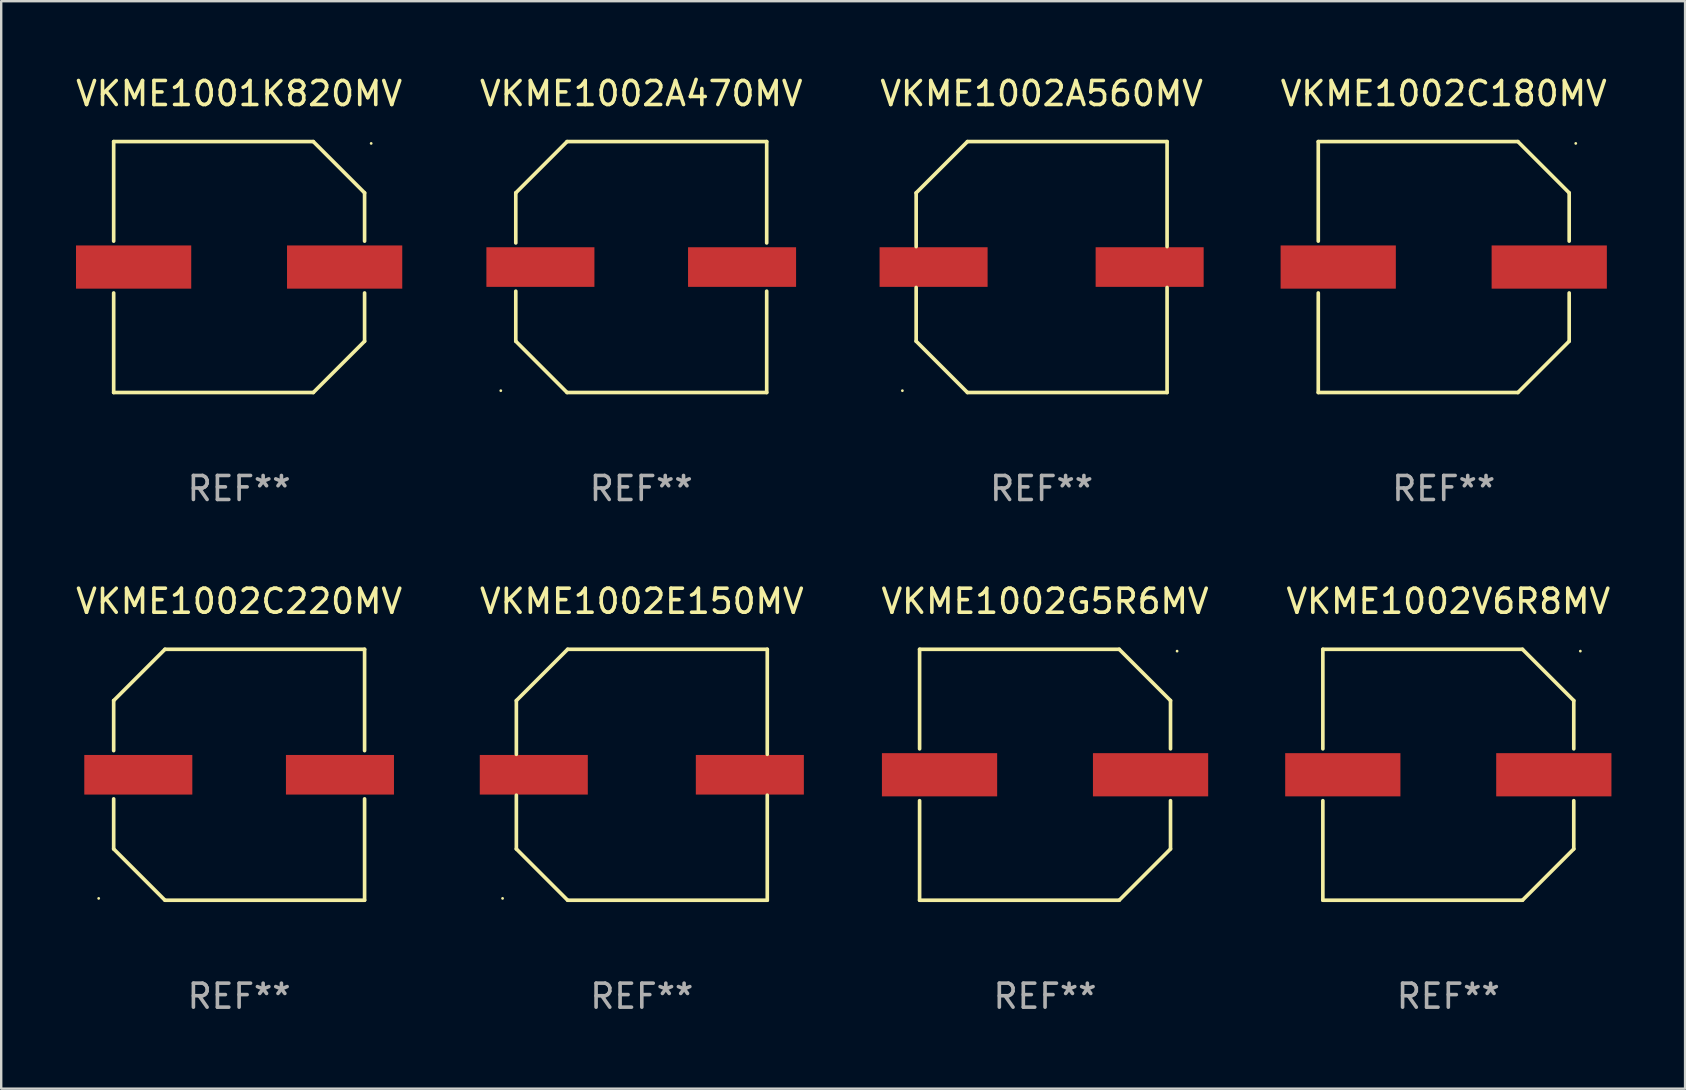
<source format=kicad_pcb>
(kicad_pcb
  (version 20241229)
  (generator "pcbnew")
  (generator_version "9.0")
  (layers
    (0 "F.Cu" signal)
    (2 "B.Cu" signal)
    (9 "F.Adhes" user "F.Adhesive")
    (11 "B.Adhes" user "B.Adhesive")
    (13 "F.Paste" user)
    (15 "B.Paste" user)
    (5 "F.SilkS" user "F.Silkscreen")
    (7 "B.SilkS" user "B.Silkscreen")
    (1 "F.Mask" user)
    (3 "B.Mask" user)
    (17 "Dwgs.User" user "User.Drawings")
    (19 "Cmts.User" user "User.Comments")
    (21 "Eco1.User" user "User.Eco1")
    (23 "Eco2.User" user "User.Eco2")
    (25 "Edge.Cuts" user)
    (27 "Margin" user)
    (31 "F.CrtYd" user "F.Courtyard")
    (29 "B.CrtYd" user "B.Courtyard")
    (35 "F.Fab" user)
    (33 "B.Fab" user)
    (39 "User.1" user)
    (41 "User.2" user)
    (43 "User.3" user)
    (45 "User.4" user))
  (footprint "VKME1002C180MV"
    (layer "F.Cu")
    (at 57.089 8.074)
    (property "Reference" "VKME1002C180MV" (at 0 -7.226 0) (layer "F.SilkS") (effects (font (size 1 1) (thickness 0.15))))
    (attr through_hole)
    (fp_line (start -5.226 -5.226) (end -5.226 -1.08) (stroke (width 0.152) (type solid)) (layer "F.SilkS"))
    (fp_line (start -5.226 -5.226) (end 3.09 -5.226) (stroke (width 0.152) (type solid)) (layer "F.SilkS"))
    (fp_line (start -5.226 1.08) (end -5.226 5.226) (stroke (width 0.152) (type solid)) (layer "F.SilkS"))
    (fp_line (start -5.226 5.226) (end 3.09 5.226) (stroke (width 0.152) (type solid)) (layer "F.SilkS"))
    (fp_line (start 3.09 -5.226) (end 5.226 -3.09) (stroke (width 0.152) (type solid)) (layer "F.SilkS"))
    (fp_line (start 3.09 5.226) (end 5.226 3.09) (stroke (width 0.152) (type solid)) (layer "F.SilkS"))
    (fp_line (start 5.226 -1.08) (end 5.226 -3.09) (stroke (width 0.152) (type solid)) (layer "F.SilkS"))
    (fp_line (start 5.226 3.09) (end 5.226 1.08) (stroke (width 0.152) (type solid)) (layer "F.SilkS"))
    (fp_circle (center 5.5 -5.15) (end 5.53 -5.15) (stroke (width 0.06) (type solid)) (fill no) (layer "F.SilkS"))
    (fp_text user "REF**" (at 0 9.226 0) (layer "F.Fab") (effects (font (size 1 1) (thickness 0.15))))
    (pad "1" smd rect (at 4.395 0 180) (size 4.8 1.8) (layers "F.Cu" "F.Mask" "F.Paste"))
    (pad "2" smd rect (at -4.395 0 180) (size 4.8 1.8) (layers "F.Cu" "F.Mask" "F.Paste")))
  (footprint "VKME1002V6R8MV"
    (layer "F.Cu")
    (at 57.28 29.223)
    (property "Reference" "VKME1002V6R8MV" (at 0 -7.226 0) (layer "F.SilkS") (effects (font (size 1 1) (thickness 0.15))))
    (attr through_hole)
    (fp_line (start -5.226 -5.226) (end -5.226 -1.08) (stroke (width 0.152) (type solid)) (layer "F.SilkS"))
    (fp_line (start -5.226 -5.226) (end 3.09 -5.226) (stroke (width 0.152) (type solid)) (layer "F.SilkS"))
    (fp_line (start -5.226 1.08) (end -5.226 5.226) (stroke (width 0.152) (type solid)) (layer "F.SilkS"))
    (fp_line (start -5.226 5.226) (end 3.09 5.226) (stroke (width 0.152) (type solid)) (layer "F.SilkS"))
    (fp_line (start 3.09 -5.226) (end 5.226 -3.09) (stroke (width 0.152) (type solid)) (layer "F.SilkS"))
    (fp_line (start 3.09 5.226) (end 5.226 3.09) (stroke (width 0.152) (type solid)) (layer "F.SilkS"))
    (fp_line (start 5.226 -1.08) (end 5.226 -3.09) (stroke (width 0.152) (type solid)) (layer "F.SilkS"))
    (fp_line (start 5.226 3.09) (end 5.226 1.08) (stroke (width 0.152) (type solid)) (layer "F.SilkS"))
    (fp_circle (center 5.5 -5.15) (end 5.53 -5.15) (stroke (width 0.06) (type solid)) (fill no) (layer "F.SilkS"))
    (fp_text user "REF**" (at 0 9.226 0) (layer "F.Fab") (effects (font (size 1 1) (thickness 0.15))))
    (pad "1" smd rect (at 4.395 0 180) (size 4.8 1.8) (layers "F.Cu" "F.Mask" "F.Paste"))
    (pad "2" smd rect (at -4.395 0 180) (size 4.8 1.8) (layers "F.Cu" "F.Mask" "F.Paste")))
  (footprint "VKME1002C220MV"
    (layer "F.Cu")
    (at 6.911 29.223)
    (property "Reference" "VKME1002C220MV" (at 0 -7.226 0) (layer "F.SilkS") (effects (font (size 1 1) (thickness 0.15))))
    (attr through_hole)
    (fp_line (start -5.226 -3.09) (end -5.226 -1.005) (stroke (width 0.152) (type solid)) (layer "F.SilkS"))
    (fp_line (start -5.226 1.005) (end -5.226 3.09) (stroke (width 0.152) (type solid)) (layer "F.SilkS"))
    (fp_line (start -3.09 -5.226) (end -5.226 -3.09) (stroke (width 0.152) (type solid)) (layer "F.SilkS"))
    (fp_line (start -3.09 5.226) (end -5.226 3.09) (stroke (width 0.152) (type solid)) (layer "F.SilkS"))
    (fp_line (start 5.226 -5.226) (end -3.09 -5.226) (stroke (width 0.152) (type solid)) (layer "F.SilkS"))
    (fp_line (start 5.226 -5.226) (end 5.226 -1.005) (stroke (width 0.152) (type solid)) (layer "F.SilkS"))
    (fp_line (start 5.226 1.005) (end 5.226 5.226) (stroke (width 0.152) (type solid)) (layer "F.SilkS"))
    (fp_line (start 5.226 5.226) (end -3.09 5.226) (stroke (width 0.152) (type solid)) (layer "F.SilkS"))
    (fp_circle (center -5.85 5.15) (end -5.82 5.15) (stroke (width 0.06) (type solid)) (fill no) (layer "F.SilkS"))
    (fp_text user "REF**" (at 0 9.226 0) (layer "F.Fab") (effects (font (size 1 1) (thickness 0.15))))
    (pad "1" smd rect (at -4.2 0.000292) (size 4.5 1.65) (layers "F.Cu" "F.Mask" "F.Paste"))
    (pad "2" smd rect (at 4.2 0.000292) (size 4.5 1.65) (layers "F.Cu" "F.Mask" "F.Paste")))
  (footprint "VKME1002E150MV"
    (layer "F.Cu")
    (at 23.685 29.223)
    (property "Reference" "VKME1002E150MV" (at 0 -7.226 0) (layer "F.SilkS") (effects (font (size 1 1) (thickness 0.15))))
    (attr through_hole)
    (fp_line (start -5.226 -3.09) (end -5.226 -0.852) (stroke (width 0.152) (type solid)) (layer "F.SilkS"))
    (fp_line (start -5.226 3.09) (end -5.226 0.852) (stroke (width 0.152) (type solid)) (layer "F.SilkS"))
    (fp_line (start -3.09 -5.226) (end -5.226 -3.09) (stroke (width 0.152) (type solid)) (layer "F.SilkS"))
    (fp_line (start -3.09 5.226) (end -5.226 3.09) (stroke (width 0.152) (type solid)) (layer "F.SilkS"))
    (fp_line (start 5.226 -5.226) (end -3.09 -5.226) (stroke (width 0.152) (type solid)) (layer "F.SilkS"))
    (fp_line (start 5.226 -0.852) (end 5.226 -5.226) (stroke (width 0.152) (type solid)) (layer "F.SilkS"))
    (fp_line (start 5.226 0.852) (end 5.226 5.226) (stroke (width 0.152) (type solid)) (layer "F.SilkS"))
    (fp_line (start 5.226 5.226) (end -3.09 5.226) (stroke (width 0.152) (type solid)) (layer "F.SilkS"))
    (fp_circle (center -5.8 5.15) (end -5.77 5.15) (stroke (width 0.06) (type solid)) (fill no) (layer "F.SilkS"))
    (fp_text user "REF**" (at 0 9.226 0) (layer "F.Fab") (effects (font (size 1 1) (thickness 0.15))))
    (pad "1" smd rect (at -4.5 0) (size 4.5 1.65) (layers "F.Cu" "F.Mask" "F.Paste"))
    (pad "2" smd rect (at 4.5 0) (size 4.5 1.65) (layers "F.Cu" "F.Mask" "F.Paste")))
  (footprint "VKME1002A560MV"
    (layer "F.Cu")
    (at 40.339 8.074)
    (property "Reference" "VKME1002A560MV" (at 0 -7.226 0) (layer "F.SilkS") (effects (font (size 1 1) (thickness 0.15))))
    (attr through_hole)
    (fp_line (start -5.226 -3.09) (end -5.226 -0.852) (stroke (width 0.152) (type solid)) (layer "F.SilkS"))
    (fp_line (start -5.226 3.09) (end -5.226 0.852) (stroke (width 0.152) (type solid)) (layer "F.SilkS"))
    (fp_line (start -3.09 -5.226) (end -5.226 -3.09) (stroke (width 0.152) (type solid)) (layer "F.SilkS"))
    (fp_line (start -3.09 5.226) (end -5.226 3.09) (stroke (width 0.152) (type solid)) (layer "F.SilkS"))
    (fp_line (start 5.226 -5.226) (end -3.09 -5.226) (stroke (width 0.152) (type solid)) (layer "F.SilkS"))
    (fp_line (start 5.226 -0.852) (end 5.226 -5.226) (stroke (width 0.152) (type solid)) (layer "F.SilkS"))
    (fp_line (start 5.226 0.852) (end 5.226 5.226) (stroke (width 0.152) (type solid)) (layer "F.SilkS"))
    (fp_line (start 5.226 5.226) (end -3.09 5.226) (stroke (width 0.152) (type solid)) (layer "F.SilkS"))
    (fp_circle (center -5.8 5.15) (end -5.77 5.15) (stroke (width 0.06) (type solid)) (fill no) (layer "F.SilkS"))
    (fp_text user "REF**" (at 0 9.226 0) (layer "F.Fab") (effects (font (size 1 1) (thickness 0.15))))
    (pad "1" smd rect (at -4.5 0) (size 4.5 1.65) (layers "F.Cu" "F.Mask" "F.Paste"))
    (pad "2" smd rect (at 4.5 0) (size 4.5 1.65) (layers "F.Cu" "F.Mask" "F.Paste")))
  (footprint "VKME1002G5R6MV"
    (layer "F.Cu")
    (at 40.482 29.223)
    (property "Reference" "VKME1002G5R6MV" (at 0 -7.226 0) (layer "F.SilkS") (effects (font (size 1 1) (thickness 0.15))))
    (attr through_hole)
    (fp_line (start -5.226 -5.226) (end -5.226 -1.08) (stroke (width 0.152) (type solid)) (layer "F.SilkS"))
    (fp_line (start -5.226 -5.226) (end 3.09 -5.226) (stroke (width 0.152) (type solid)) (layer "F.SilkS"))
    (fp_line (start -5.226 1.08) (end -5.226 5.226) (stroke (width 0.152) (type solid)) (layer "F.SilkS"))
    (fp_line (start -5.226 5.226) (end 3.09 5.226) (stroke (width 0.152) (type solid)) (layer "F.SilkS"))
    (fp_line (start 3.09 -5.226) (end 5.226 -3.09) (stroke (width 0.152) (type solid)) (layer "F.SilkS"))
    (fp_line (start 3.09 5.226) (end 5.226 3.09) (stroke (width 0.152) (type solid)) (layer "F.SilkS"))
    (fp_line (start 5.226 -1.08) (end 5.226 -3.09) (stroke (width 0.152) (type solid)) (layer "F.SilkS"))
    (fp_line (start 5.226 3.09) (end 5.226 1.08) (stroke (width 0.152) (type solid)) (layer "F.SilkS"))
    (fp_circle (center 5.5 -5.15) (end 5.53 -5.15) (stroke (width 0.06) (type solid)) (fill no) (layer "F.SilkS"))
    (fp_text user "REF**" (at 0 9.226 0) (layer "F.Fab") (effects (font (size 1 1) (thickness 0.15))))
    (pad "1" smd rect (at 4.395 0 180) (size 4.8 1.8) (layers "F.Cu" "F.Mask" "F.Paste"))
    (pad "2" smd rect (at -4.395 0 180) (size 4.8 1.8) (layers "F.Cu" "F.Mask" "F.Paste")))
  (footprint "VKME1001K820MV"
    (layer "F.Cu")
    (at 6.911 8.074)
    (property "Reference" "VKME1001K820MV" (at 0 -7.226 0) (layer "F.SilkS") (effects (font (size 1 1) (thickness 0.15))))
    (attr through_hole)
    (fp_line (start -5.226 -5.226) (end -5.226 -1.08) (stroke (width 0.152) (type solid)) (layer "F.SilkS"))
    (fp_line (start -5.226 -5.226) (end 3.09 -5.226) (stroke (width 0.152) (type solid)) (layer "F.SilkS"))
    (fp_line (start -5.226 1.08) (end -5.226 5.226) (stroke (width 0.152) (type solid)) (layer "F.SilkS"))
    (fp_line (start -5.226 5.226) (end 3.09 5.226) (stroke (width 0.152) (type solid)) (layer "F.SilkS"))
    (fp_line (start 3.09 -5.226) (end 5.226 -3.09) (stroke (width 0.152) (type solid)) (layer "F.SilkS"))
    (fp_line (start 3.09 5.226) (end 5.226 3.09) (stroke (width 0.152) (type solid)) (layer "F.SilkS"))
    (fp_line (start 5.226 -1.08) (end 5.226 -3.09) (stroke (width 0.152) (type solid)) (layer "F.SilkS"))
    (fp_line (start 5.226 3.09) (end 5.226 1.08) (stroke (width 0.152) (type solid)) (layer "F.SilkS"))
    (fp_circle (center 5.5 -5.15) (end 5.53 -5.15) (stroke (width 0.06) (type solid)) (fill no) (layer "F.SilkS"))
    (fp_text user "REF**" (at 0 9.226 0) (layer "F.Fab") (effects (font (size 1 1) (thickness 0.15))))
    (pad "1" smd rect (at 4.395 0 180) (size 4.8 1.8) (layers "F.Cu" "F.Mask" "F.Paste"))
    (pad "2" smd rect (at -4.395 0 180) (size 4.8 1.8) (layers "F.Cu" "F.Mask" "F.Paste")))
  (footprint "VKME1002A470MV"
    (layer "F.Cu")
    (at 23.661 8.074)
    (property "Reference" "VKME1002A470MV" (at 0 -7.226 0) (layer "F.SilkS") (effects (font (size 1 1) (thickness 0.15))))
    (attr through_hole)
    (fp_line (start -5.226 -3.09) (end -5.226 -1.005) (stroke (width 0.152) (type solid)) (layer "F.SilkS"))
    (fp_line (start -5.226 1.005) (end -5.226 3.09) (stroke (width 0.152) (type solid)) (layer "F.SilkS"))
    (fp_line (start -3.09 -5.226) (end -5.226 -3.09) (stroke (width 0.152) (type solid)) (layer "F.SilkS"))
    (fp_line (start -3.09 5.226) (end -5.226 3.09) (stroke (width 0.152) (type solid)) (layer "F.SilkS"))
    (fp_line (start 5.226 -5.226) (end -3.09 -5.226) (stroke (width 0.152) (type solid)) (layer "F.SilkS"))
    (fp_line (start 5.226 -5.226) (end 5.226 -1.005) (stroke (width 0.152) (type solid)) (layer "F.SilkS"))
    (fp_line (start 5.226 1.005) (end 5.226 5.226) (stroke (width 0.152) (type solid)) (layer "F.SilkS"))
    (fp_line (start 5.226 5.226) (end -3.09 5.226) (stroke (width 0.152) (type solid)) (layer "F.SilkS"))
    (fp_circle (center -5.85 5.15) (end -5.82 5.15) (stroke (width 0.06) (type solid)) (fill no) (layer "F.SilkS"))
    (fp_text user "REF**" (at 0 9.226 0) (layer "F.Fab") (effects (font (size 1 1) (thickness 0.15))))
    (pad "1" smd rect (at -4.2 0.000292) (size 4.5 1.65) (layers "F.Cu" "F.Mask" "F.Paste"))
    (pad "2" smd rect (at 4.2 0.000292) (size 4.5 1.65) (layers "F.Cu" "F.Mask" "F.Paste")))
  (gr_rect
    (start -3 -3)
    (end 67.143 42.298)
    (stroke (width 0.1) (type default))
    (fill no)
    (layer "Edge.Cuts")))
</source>
